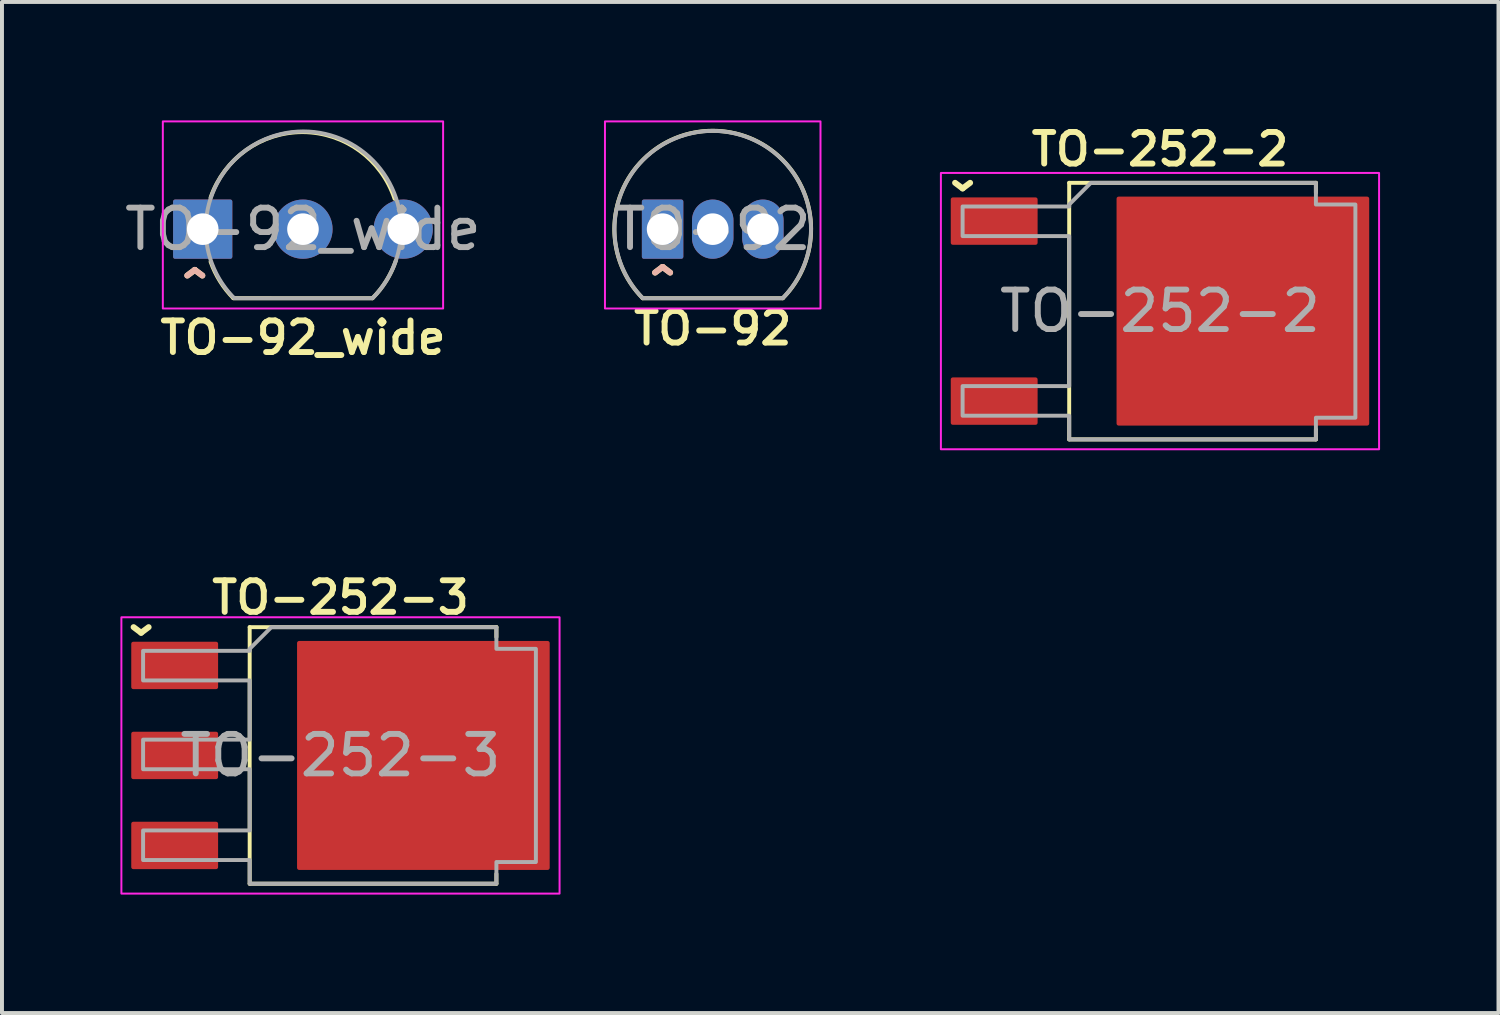
<source format=kicad_pcb>
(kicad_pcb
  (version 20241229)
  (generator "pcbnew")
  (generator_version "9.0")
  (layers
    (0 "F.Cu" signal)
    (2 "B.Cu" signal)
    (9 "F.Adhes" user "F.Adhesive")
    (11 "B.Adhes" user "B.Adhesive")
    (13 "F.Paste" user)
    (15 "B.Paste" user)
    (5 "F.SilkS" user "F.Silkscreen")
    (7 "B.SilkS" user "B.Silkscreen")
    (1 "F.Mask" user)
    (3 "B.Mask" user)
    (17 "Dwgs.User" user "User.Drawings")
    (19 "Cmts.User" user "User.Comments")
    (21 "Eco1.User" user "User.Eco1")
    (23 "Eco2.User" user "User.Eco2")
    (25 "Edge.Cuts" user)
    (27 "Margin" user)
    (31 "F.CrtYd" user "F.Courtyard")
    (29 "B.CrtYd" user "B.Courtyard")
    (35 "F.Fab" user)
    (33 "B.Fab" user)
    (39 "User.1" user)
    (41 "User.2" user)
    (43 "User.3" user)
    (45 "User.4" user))
  (footprint "TO-252-2"
    (layer "F.Cu")
    (at 26.335 4.831)
    (property "Reference" "TO-252-2" (at 0 -4.1 0) (layer "F.SilkS") (effects (font (size 0.8 0.8) (thickness 0.15))))
    (attr smd)
    (fp_line (start -2.3 3.25) (end -2.3 -3.25) (stroke (width 0.1) (type default)) (layer "F.SilkS"))
    (fp_line (start 3.95 -3.25) (end -2.3 -3.25) (stroke (width 0.1) (type solid)) (layer "F.SilkS"))
    (fp_line (start 3.95 -3.25) (end 3.95 -3) (stroke (width 0.1) (type default)) (layer "F.SilkS"))
    (fp_line (start 3.95 3) (end 3.95 3.25) (stroke (width 0.1) (type default)) (layer "F.SilkS"))
    (fp_line (start 3.95 3.25) (end -2.3 3.25) (stroke (width 0.1) (type default)) (layer "F.SilkS"))
    (fp_poly (pts (xy 5.55 3.5) (xy -5.55 3.5) (xy -5.55 -3.5) (xy 5.55 -3.5)) (stroke (width 0.05) (type solid)) (fill no) (layer "F.CrtYd"))
    (fp_poly (pts (xy -2.3 -2.7) (xy -2.3 -2.65) (xy -5 -2.65) (xy -5 -1.9) (xy -2.3 -1.9) (xy -2.3 1.9) (xy -5 1.9) (xy -5 2.65) (xy -2.3 2.65) (xy -2.3 3.25) (xy 3.95 3.25) (xy 3.95 2.7) (xy 4.95 2.7) (xy 4.95 -2.7) (xy 3.95 -2.7) (xy 3.95 -3.25) (xy -1.75 -3.25)) (stroke (width 0.1) (type solid)) (fill no) (layer "F.Fab"))
    (fp_text user "^" (at -5 -3.7 180) (unlocked yes) (layer "F.SilkS") (effects (font (size 1 1) (thickness 0.15))))
    (fp_text user "${REFERENCE}" (at 0 0 0) (layer "F.Fab") (effects (font (size 1 1) (thickness 0.15))))
    (pad "" smd roundrect (at 0.3 -1.6 180) (size 2.75 2.5) (layers "F.Paste") (roundrect_rratio 0.02))
    (pad "" smd roundrect (at 0.3 1.6 180) (size 2.75 2.5) (layers "F.Paste") (roundrect_rratio 0.02))
    (pad "" smd roundrect (at 3.9 -1.6 180) (size 2.75 2.5) (layers "F.Paste") (roundrect_rratio 0.02))
    (pad "" smd roundrect (at 3.9 1.6 180) (size 2.75 2.5) (layers "F.Paste") (roundrect_rratio 0.02))
    (pad "1" smd roundrect (at -4.2 -2.28) (size 2.2 1.2) (layers "F.Cu" "F.Mask" "F.Paste") (roundrect_rratio 0.042))
    (pad "2" smd roundrect (at 2.1 0) (size 6.4 5.8) (layers "F.Cu" "F.Mask") (roundrect_rratio 0.009))
    (pad "3" smd roundrect (at -4.2 2.28) (size 2.2 1.2) (layers "F.Cu" "F.Mask" "F.Paste") (roundrect_rratio 0.042)))
  (footprint "TO-92_wide"
    (layer "F.Cu")
    (at 4.635 2.755)
    (property "Reference" "TO-92_wide" (at -0.01 2.75 0) (layer "F.SilkS") (effects (font (size 0.8 0.8) (thickness 0.15))))
    (attr through_hole)
    (fp_line (start -1.774 1.749) (end 1.75 1.75) (stroke (width 0.1) (type default)) (layer "F.SilkS"))
    (fp_arc (start -2.35 -0.8) (mid -0.008638 -2.458731) (end 2.310441 -0.768987) (stroke (width 0.1) (type default)) (layer "F.SilkS"))
    (fp_arc (start -1.773571 1.748591) (mid -2.112869 1.318677) (end -2.35 0.825) (stroke (width 0.1) (type default)) (layer "F.SilkS"))
    (fp_arc (start 2.342671 0.798053) (mid 2.100961 1.308036) (end 1.749999 1.749999) (stroke (width 0.1) (type default)) (layer "F.SilkS"))
    (fp_poly (pts (xy -3.56 2.01) (xy 3.54 2.01) (xy 3.54 -2.73) (xy -3.56 -2.73)) (stroke (width 0.05) (type solid)) (fill no) (layer "F.CrtYd"))
    (fp_poly (pts (arc (start -1.749999 1.749999) (mid 0 -2.474872) (end 1.749999 1.749999))) (stroke (width 0.1) (type solid)) (fill no) (layer "F.Fab"))
    (fp_text user "^" (at -2.75 1.625 0) (unlocked yes) (layer "F.SilkS") (effects (font (size 1 1) (thickness 0.15))))
    (fp_text user "^" (at -2.75 1.625 0) (unlocked yes) (layer "B.SilkS") (effects (font (size 1 1) (thickness 0.15)) (justify mirror)))
    (fp_text user "${REFERENCE}" (at -0.01 0 0) (layer "F.Fab") (effects (font (size 1 1) (thickness 0.15))))
    (pad "1" thru_hole roundrect (at -2.55 0) (size 1.5 1.5) (drill 0.8) (layers "*.Cu" "*.Mask") (remove_unused_layers yes) (keep_end_layers yes) (zone_layer_connections) (roundrect_rratio 0.033))
    (pad "2" thru_hole circle (at -0.01 0) (size 1.5 1.5) (drill 0.8) (layers "*.Cu" "*.Mask") (remove_unused_layers yes) (keep_end_layers yes) (zone_layer_connections))
    (pad "3" thru_hole circle (at 2.53 0) (size 1.5 1.5) (drill 0.8) (layers "*.Cu" "*.Mask") (remove_unused_layers yes) (keep_end_layers yes) (zone_layer_connections)))
  (footprint "TO-252-3"
    (layer "F.Cu")
    (at 5.575 16.087)
    (property "Reference" "TO-252-3" (at 0 -4 0) (layer "F.SilkS") (effects (font (size 0.8 0.8) (thickness 0.15))))
    (attr smd)
    (fp_line (start -2.3 -3.25) (end 3.95 -3.25) (stroke (width 0.1) (type default)) (layer "F.SilkS"))
    (fp_line (start -2.3 3.25) (end -2.3 -3.25) (stroke (width 0.1) (type default)) (layer "F.SilkS"))
    (fp_line (start 3.95 -3.25) (end 3.95 -3) (stroke (width 0.1) (type default)) (layer "F.SilkS"))
    (fp_line (start 3.95 3) (end 3.95 3.25) (stroke (width 0.1) (type default)) (layer "F.SilkS"))
    (fp_line (start 3.95 3.25) (end -2.3 3.25) (stroke (width 0.1) (type default)) (layer "F.SilkS"))
    (fp_poly (pts (xy -5.55 -3.5) (xy 5.55 -3.5) (xy 5.55 3.5) (xy -5.55 3.5)) (stroke (width 0.05) (type solid)) (fill no) (layer "F.CrtYd"))
    (fp_poly (pts (xy -2.3 -2.7) (xy -2.3 -2.65) (xy -5 -2.65) (xy -5 -1.9) (xy -2.3 -1.9) (xy -2.3 -0.4) (xy -5 -0.4) (xy -5 0.35) (xy -2.3 0.35) (xy -2.3 1.9) (xy -5 1.9) (xy -5 2.65) (xy -2.3 2.65) (xy -2.3 3.25) (xy 3.95 3.25) (xy 3.95 2.7) (xy 4.95 2.7) (xy 4.95 -2.7) (xy 3.95 -2.7) (xy 3.95 -3.25) (xy -1.75 -3.25)) (stroke (width 0.1) (type solid)) (fill no) (layer "F.Fab"))
    (fp_text user "^" (at -5.05 -3.7 180) (unlocked yes) (layer "F.SilkS") (effects (font (size 1 1) (thickness 0.15))))
    (fp_text user "${REFERENCE}" (at 0 0 0) (layer "F.Fab") (effects (font (size 1 1) (thickness 0.15))))
    (pad "" smd roundrect (at 0.3 -1.6 180) (size 2.75 2.5) (layers "F.Paste") (roundrect_rratio 0.02))
    (pad "" smd roundrect (at 0.3 1.6 180) (size 2.75 2.5) (layers "F.Paste") (roundrect_rratio 0.02))
    (pad "" smd roundrect (at 3.9 -1.6 180) (size 2.75 2.5) (layers "F.Paste") (roundrect_rratio 0.02))
    (pad "" smd roundrect (at 3.9 1.6 180) (size 2.75 2.5) (layers "F.Paste") (roundrect_rratio 0.02))
    (pad "1" smd roundrect (at -4.2 -2.28) (size 2.2 1.2) (layers "F.Cu" "F.Mask" "F.Paste") (roundrect_rratio 0.042))
    (pad "2" smd roundrect (at -4.2 0) (size 2.2 1.2) (layers "F.Cu" "F.Mask" "F.Paste") (roundrect_rratio 0.042))
    (pad "3" smd roundrect (at -4.2 2.28) (size 2.2 1.2) (layers "F.Cu" "F.Mask" "F.Paste") (roundrect_rratio 0.042))
    (pad "4" smd roundrect (at 2.1 0) (size 6.4 5.8) (layers "F.Cu" "F.Mask") (roundrect_rratio 0.009)))
  (footprint "TO-92"
    (layer "F.Cu")
    (at 15.005 2.755)
    (property "Reference" "TO-92" (at 0 2.51 0) (layer "F.SilkS") (effects (font (size 0.8 0.8) (thickness 0.15))))
    (attr through_hole)
    (fp_line (start -1.775 1.75) (end 1.775 1.75) (stroke (width 0.1) (type default)) (layer "F.SilkS"))
    (fp_arc (start -1.775 1.75) (mid 0 -2.492614) (end 1.775 1.75) (stroke (width 0.1) (type default)) (layer "F.SilkS"))
    (fp_poly (pts (xy 2.73 -2.73) (xy 2.73 2.01) (xy -2.73 2.01) (xy -2.73 -2.73)) (stroke (width 0.05) (type solid)) (fill no) (layer "F.CrtYd"))
    (fp_poly (pts (arc (start 1.769944 1.750057) (mid 0.00004 -2.489056) (end -1.77 1.75)) (xy 1.77 1.75)) (stroke (width 0.1) (type solid)) (fill no) (layer "F.Fab"))
    (fp_text user "^" (at -1.27 1.55 0) (unlocked yes) (layer "F.SilkS") (effects (font (size 1 1) (thickness 0.15))))
    (fp_text user "^" (at -1.27 1.55 0) (unlocked yes) (layer "B.SilkS") (effects (font (size 1 1) (thickness 0.15)) (justify mirror)))
    (fp_text user "${REFERENCE}" (at 0 0 0) (layer "F.Fab") (effects (font (size 1 1) (thickness 0.15))))
    (pad "1" thru_hole roundrect (at -1.27 0) (size 1.05 1.5) (drill 0.8) (layers "*.Cu" "*.Mask") (remove_unused_layers yes) (keep_end_layers yes) (zone_layer_connections) (roundrect_rratio 0.048))
    (pad "2" thru_hole oval (at 0 0) (size 1.05 1.5) (drill 0.8) (layers "*.Cu" "*.Mask") (remove_unused_layers yes) (keep_end_layers yes) (zone_layer_connections))
    (pad "3" thru_hole oval (at 1.27 0) (size 1.05 1.5) (drill 0.8) (layers "*.Cu" "*.Mask") (remove_unused_layers yes) (keep_end_layers yes) (zone_layer_connections)))
  (gr_rect
    (start -3 -3)
    (end 34.91 22.613)
    (stroke (width 0.1) (type default))
    (fill no)
    (layer "Edge.Cuts")))
</source>
